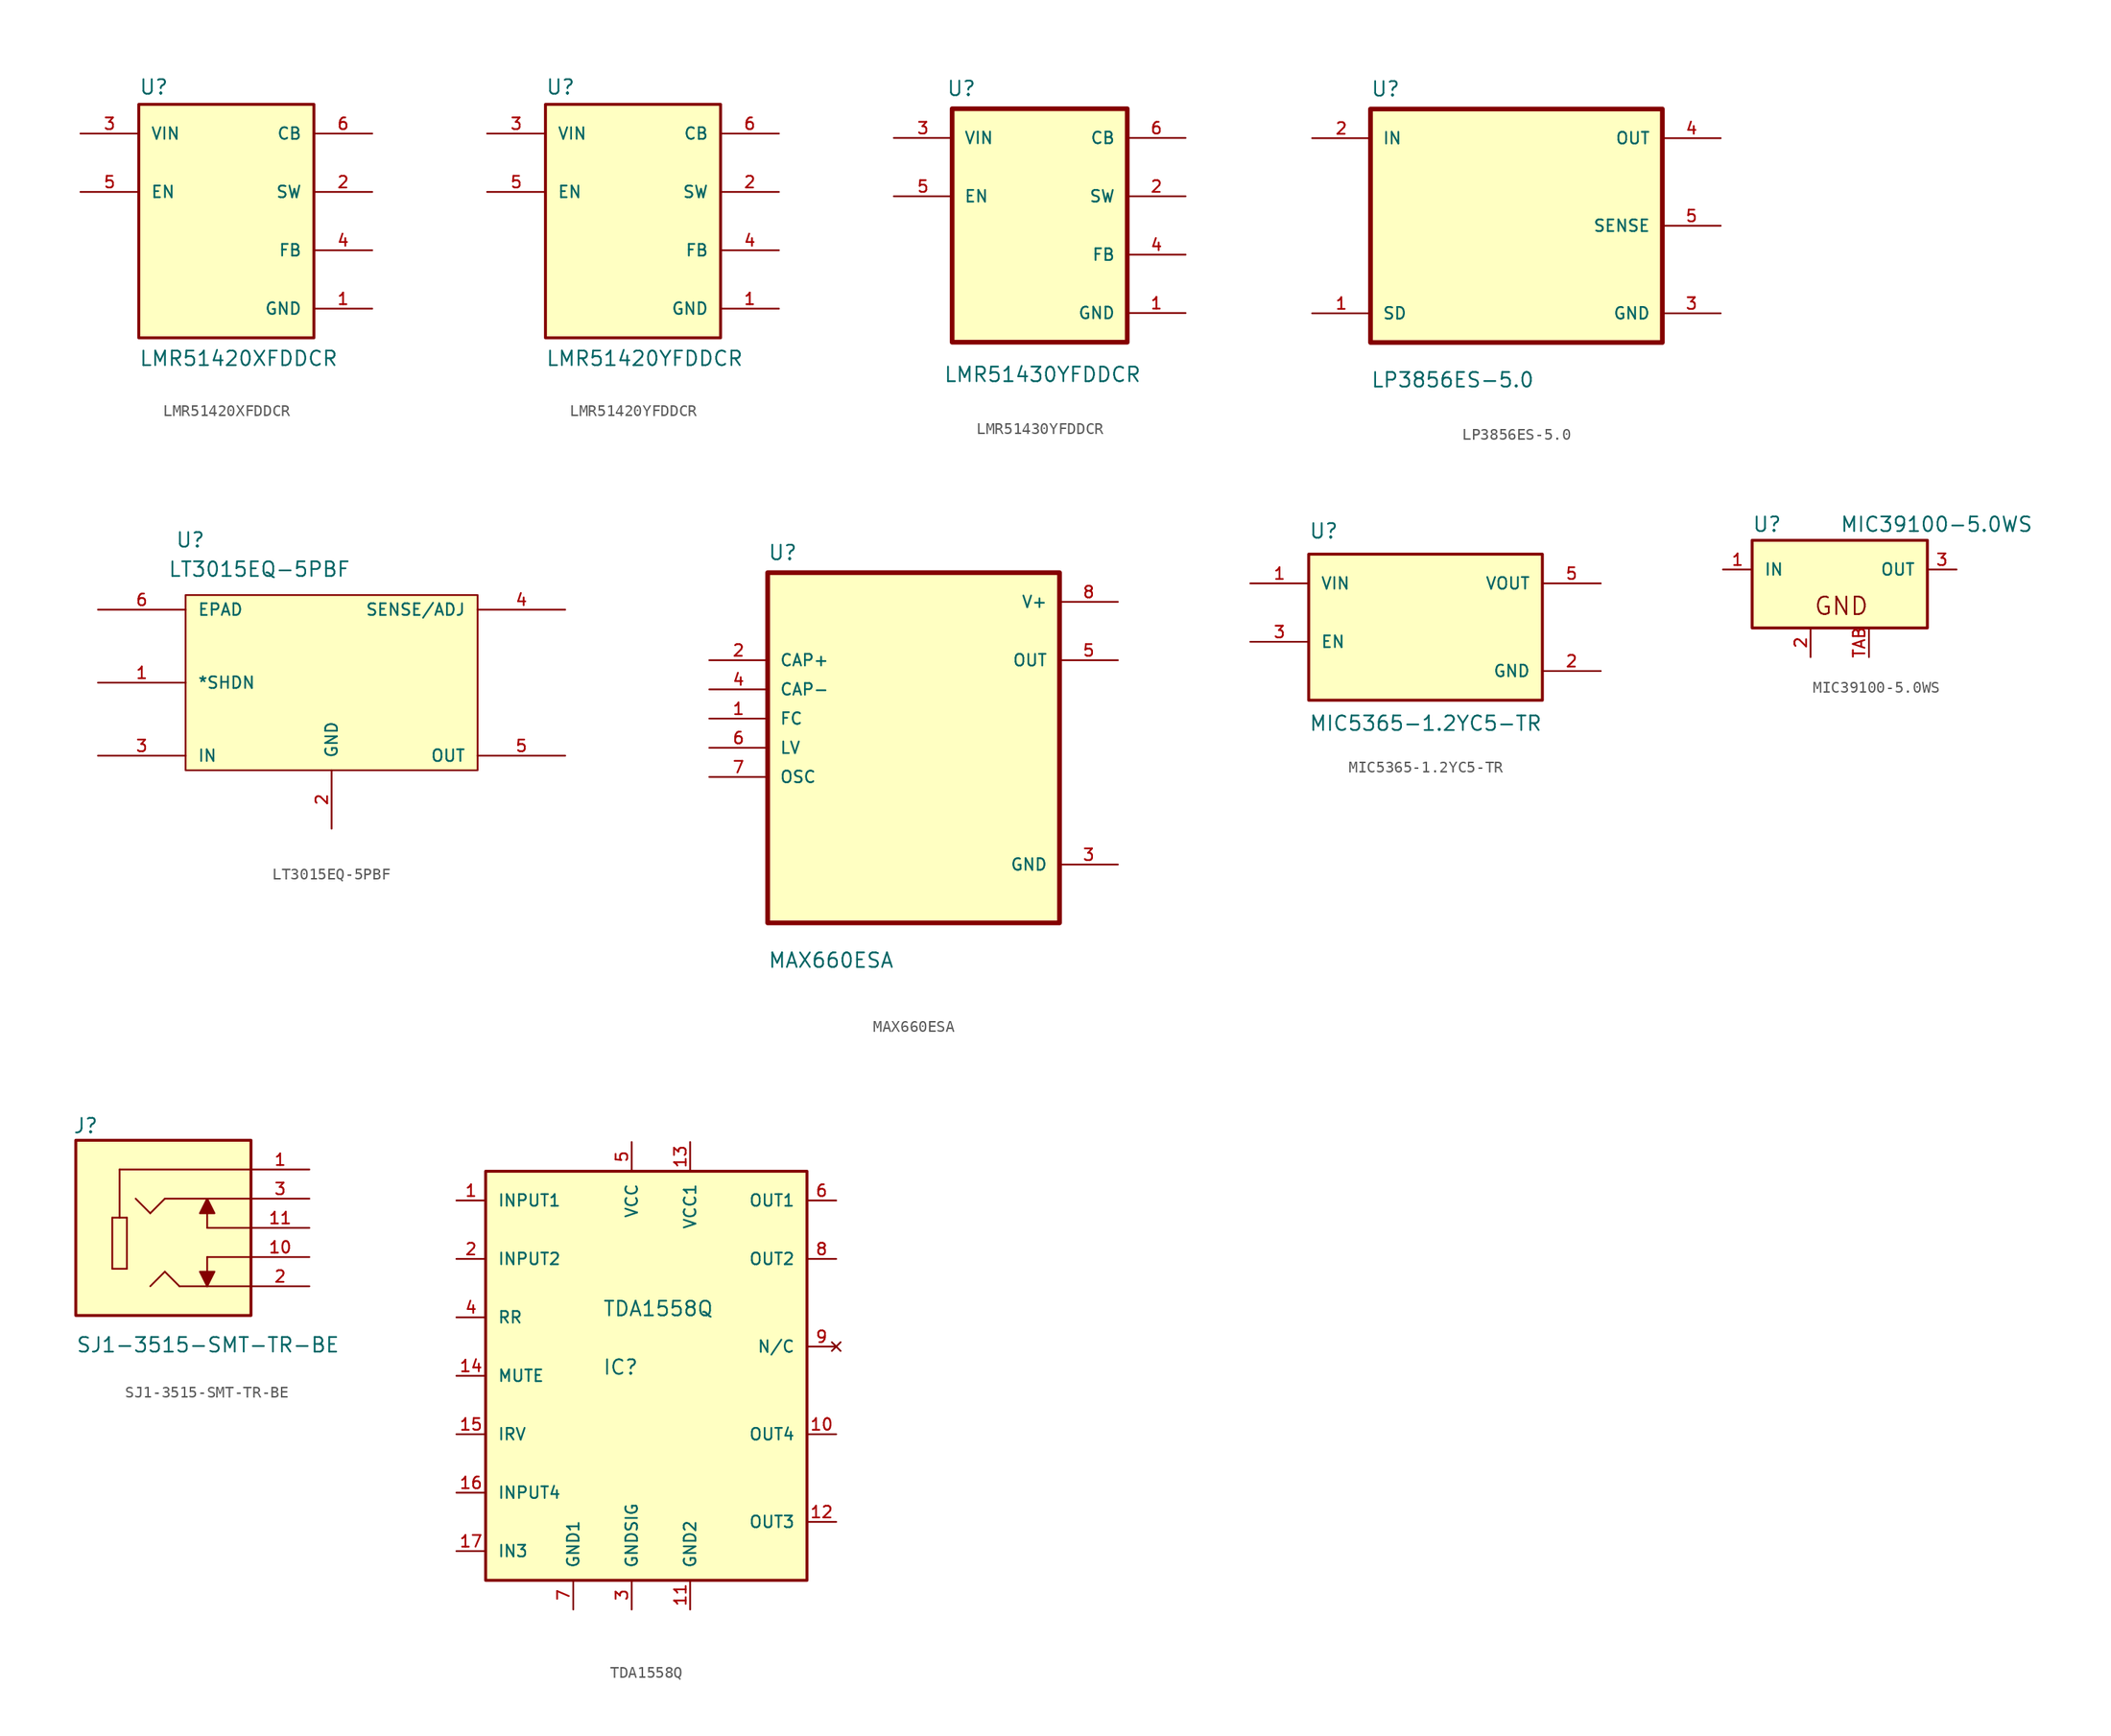
<source format=kicad_sym>
(kicad_symbol_lib
  (version 20231120)
  (generator "kicad_symbol_editor")
  (generator_version "8.0")
  (symbol "LMR51420XFDDCR"
    (pin_names
      (offset 1.016))
    (property "Reference" "U"
      (at -7.62 10.922 0)
      (effects (font (size 1.27 1.27)) (justify left bottom)))
    (property "Value" "LMR51420XFDDCR"
      (at -7.62 -12.7 0)
      (effects (font (size 1.27 1.27)) (justify left bottom)))
    (symbol "LMR51420XFDDCR_0_0"
      (rectangle (start -7.62 -10.16) (end 7.62 10.16) (stroke (width 0.254) (type default)) (fill (type background)))
      (pin power_in line (at 12.7 -7.62 180) (length 5.08) (name "GND" (effects (font (size 1.016 1.016)))) (number "1" (effects (font (size 1.016 1.016)))))
      (pin output line (at 12.7 2.54 180) (length 5.08) (name "SW" (effects (font (size 1.016 1.016)))) (number "2" (effects (font (size 1.016 1.016)))))
      (pin input line (at -12.7 7.62 0) (length 5.08) (name "VIN" (effects (font (size 1.016 1.016)))) (number "3" (effects (font (size 1.016 1.016)))))
      (pin input line (at 12.7 -2.54 180) (length 5.08) (name "FB" (effects (font (size 1.016 1.016)))) (number "4" (effects (font (size 1.016 1.016)))))
      (pin input line (at -12.7 2.54 0) (length 5.08) (name "EN" (effects (font (size 1.016 1.016)))) (number "5" (effects (font (size 1.016 1.016)))))
      (pin passive line (at 12.7 7.62 180) (length 5.08) (name "CB" (effects (font (size 1.016 1.016)))) (number "6" (effects (font (size 1.016 1.016)))))))
  (symbol "LMR51420YFDDCR"
    (pin_names
      (offset 1.016))
    (property "Reference" "U"
      (at -7.62 10.922 0)
      (effects (font (size 1.27 1.27)) (justify left bottom)))
    (property "Value" "LMR51420YFDDCR"
      (at -7.62 -12.7 0)
      (effects (font (size 1.27 1.27)) (justify left bottom)))
    (symbol "LMR51420YFDDCR_0_0"
      (rectangle (start -7.62 -10.16) (end 7.62 10.16) (stroke (width 0.254) (type default)) (fill (type background)))
      (pin power_in line (at 12.7 -7.62 180) (length 5.08) (name "GND" (effects (font (size 1.016 1.016)))) (number "1" (effects (font (size 1.016 1.016)))))
      (pin output line (at 12.7 2.54 180) (length 5.08) (name "SW" (effects (font (size 1.016 1.016)))) (number "2" (effects (font (size 1.016 1.016)))))
      (pin input line (at -12.7 7.62 0) (length 5.08) (name "VIN" (effects (font (size 1.016 1.016)))) (number "3" (effects (font (size 1.016 1.016)))))
      (pin input line (at 12.7 -2.54 180) (length 5.08) (name "FB" (effects (font (size 1.016 1.016)))) (number "4" (effects (font (size 1.016 1.016)))))
      (pin input line (at -12.7 2.54 0) (length 5.08) (name "EN" (effects (font (size 1.016 1.016)))) (number "5" (effects (font (size 1.016 1.016)))))
      (pin passive line (at 12.7 7.62 180) (length 5.08) (name "CB" (effects (font (size 1.016 1.016)))) (number "6" (effects (font (size 1.016 1.016)))))))
  (symbol "LMR51430YFDDCR"
    (pin_names
      (offset 1.016))
    (property "Reference" "U"
      (at -8.128 13.716 0)
      (effects (font (size 1.27 1.27)) (justify left bottom)))
    (property "Value" "LMR51430YFDDCR"
      (at -8.382 -11.176 0)
      (effects (font (size 1.27 1.27)) (justify left bottom)))
    (symbol "LMR51430YFDDCR_0_0"
      (rectangle (start -7.62 12.7) (end 7.62 -7.62) (stroke (width 0.41) (type default)) (fill (type background)))
      (pin power_in line (at 12.7 -5.08 180) (length 5.08) (name "GND" (effects (font (size 1.016 1.016)))) (number "1" (effects (font (size 1.016 1.016)))))
      (pin power_in line (at -12.7 10.16 0) (length 5.08) (name "VIN" (effects (font (size 1.016 1.016)))) (number "3" (effects (font (size 1.016 1.016))))))
    (symbol "LMR51430YFDDCR_1_0"
      (pin power_out line (at 12.7 5.08 180) (length 5.08) (name "SW" (effects (font (size 1.016 1.016)))) (number "2" (effects (font (size 1.016 1.016)))))
      (pin input line (at 12.7 0 180) (length 5.08) (name "FB" (effects (font (size 1.016 1.016)))) (number "4" (effects (font (size 1.016 1.016)))))
      (pin input line (at -12.7 5.08 0) (length 5.08) (name "EN" (effects (font (size 1.016 1.016)))) (number "5" (effects (font (size 1.016 1.016)))))
      (pin passive line (at 12.7 10.16 180) (length 5.08) (name "CB" (effects (font (size 1.016 1.016)))) (number "6" (effects (font (size 1.016 1.016)))))))
  (symbol "LP3856ES-5.0"
    (pin_names
      (offset 1.016))
    (property "Reference" "U"
      (at -12.7 11.16 0)
      (effects (font (size 1.27 1.27)) (justify left bottom)))
    (property "Value" "LP3856ES-5.0"
      (at -12.7 -14.16 0)
      (effects (font (size 1.27 1.27)) (justify left bottom)))
    (symbol "LP3856ES-5.0_0_0"
      (rectangle (start -12.7 -10.16) (end 12.7 10.16) (stroke (width 0.41) (type default)) (fill (type background)))
      (pin bidirectional line (at -17.78 -7.62 0) (length 5.08) (name "SD" (effects (font (size 1.016 1.016)))) (number "1" (effects (font (size 1.016 1.016)))))
      (pin input line (at -17.78 7.62 0) (length 5.08) (name "IN" (effects (font (size 1.016 1.016)))) (number "2" (effects (font (size 1.016 1.016)))))
      (pin power_in line (at 17.78 -7.62 180) (length 5.08) (name "GND" (effects (font (size 1.016 1.016)))) (number "3" (effects (font (size 1.016 1.016)))))
      (pin output line (at 17.78 7.62 180) (length 5.08) (name "OUT" (effects (font (size 1.016 1.016)))) (number "4" (effects (font (size 1.016 1.016)))))
      (pin bidirectional line (at 17.78 0 180) (length 5.08) (name "SENSE" (effects (font (size 1.016 1.016)))) (number "5" (effects (font (size 1.016 1.016)))))))
  (symbol "LT3015EQ-5PBF"
    (pin_names
      (offset 1.016))
    (property "Reference" "U"
      (at -13.596 11.664 0)
      (effects (font (size 1.27 1.27)) (justify left bottom)))
    (property "Value" "LT3015EQ-5PBF"
      (at -14.247 9.119 0)
      (effects (font (size 1.27 1.27)) (justify left bottom)))
    (symbol "LT3015EQ-5PBF_0_0"
      (rectangle (start -12.7 7.62) (end 12.7 -7.62) (stroke (width 0.152) (type default)) (fill (type background)))
      (pin bidirectional line (at -20.32 0 0) (length 7.62) (name "*SHDN" (effects (font (size 1.016 1.016)))) (number "1" (effects (font (size 1.016 1.016)))))
      (pin input line (at -20.32 -6.35 0) (length 7.62) (name "IN" (effects (font (size 1.016 1.016)))) (number "3" (effects (font (size 1.016 1.016)))))
      (pin input line (at 20.32 6.35 180) (length 7.62) (name "SENSE/ADJ" (effects (font (size 1.016 1.016)))) (number "4" (effects (font (size 1.016 1.016)))))
      (pin output line (at 20.32 -6.35 180) (length 7.62) (name "OUT" (effects (font (size 1.016 1.016)))) (number "5" (effects (font (size 1.016 1.016)))))
      (pin passive line (at -20.32 6.35 0) (length 7.62) (name "EPAD" (effects (font (size 1.016 1.016)))) (number "6" (effects (font (size 1.016 1.016))))))
    (symbol "LT3015EQ-5PBF_1_0"
      (pin power_in line (at 0 -12.7 90) (length 5.08) (name "GND" (effects (font (size 1.016 1.016)))) (number "2" (effects (font (size 1.016 1.016)))))))
  (symbol "MAX660ESA"
    (pin_names
      (offset 1.016))
    (property "Reference" "U"
      (at -12.7 16.24 0)
      (effects (font (size 1.27 1.27)) (justify left bottom)))
    (property "Value" "MAX660ESA"
      (at -12.7 -19.24 0)
      (effects (font (size 1.27 1.27)) (justify left bottom)))
    (symbol "MAX660ESA_0_0"
      (rectangle (start -12.7 -15.24) (end 12.7 15.24) (stroke (width 0.41) (type default)) (fill (type background)))
      (pin input line (at -17.78 2.54 0) (length 5.08) (name "FC" (effects (font (size 1.016 1.016)))) (number "1" (effects (font (size 1.016 1.016)))))
      (pin input line (at -17.78 7.62 0) (length 5.08) (name "CAP+" (effects (font (size 1.016 1.016)))) (number "2" (effects (font (size 1.016 1.016)))))
      (pin power_in line (at 17.78 -10.16 180) (length 5.08) (name "GND" (effects (font (size 1.016 1.016)))) (number "3" (effects (font (size 1.016 1.016)))))
      (pin input line (at -17.78 5.08 0) (length 5.08) (name "CAP-" (effects (font (size 1.016 1.016)))) (number "4" (effects (font (size 1.016 1.016)))))
      (pin output line (at 17.78 7.62 180) (length 5.08) (name "OUT" (effects (font (size 1.016 1.016)))) (number "5" (effects (font (size 1.016 1.016)))))
      (pin input line (at -17.78 0 0) (length 5.08) (name "LV" (effects (font (size 1.016 1.016)))) (number "6" (effects (font (size 1.016 1.016)))))
      (pin input line (at -17.78 -2.54 0) (length 5.08) (name "OSC" (effects (font (size 1.016 1.016)))) (number "7" (effects (font (size 1.016 1.016)))))
      (pin power_in line (at 17.78 12.7 180) (length 5.08) (name "V+" (effects (font (size 1.016 1.016)))) (number "8" (effects (font (size 1.016 1.016)))))))
  (symbol "MIC5365-1.2YC5-TR"
    (pin_names
      (offset 1.016))
    (property "Reference" "U"
      (at -10.16 6.35 0)
      (effects (font (size 1.27 1.27)) (justify left bottom)))
    (property "Value" "MIC5365-1.2YC5-TR"
      (at -10.16 -8.89 0)
      (effects (font (size 1.27 1.27)) (justify left top)))
    (symbol "MIC5365-1.2YC5-TR_0_0"
      (rectangle (start -10.16 -7.62) (end 10.16 5.08) (stroke (width 0.254) (type default)) (fill (type background)))
      (pin input line (at -15.24 2.54 0) (length 5.08) (name "VIN" (effects (font (size 1.016 1.016)))) (number "1" (effects (font (size 1.016 1.016)))))
      (pin power_in line (at 15.24 -5.08 180) (length 5.08) (name "GND" (effects (font (size 1.016 1.016)))) (number "2" (effects (font (size 1.016 1.016)))))
      (pin input line (at -15.24 -2.54 0) (length 5.08) (name "EN" (effects (font (size 1.016 1.016)))) (number "3" (effects (font (size 1.016 1.016)))))
      (pin output line (at 15.24 2.54 180) (length 5.08) (name "VOUT" (effects (font (size 1.016 1.016)))) (number "5" (effects (font (size 1.016 1.016)))))))
  (symbol "MIC39100-5.0WS"
    (pin_names
      (offset 1.016))
    (property "Reference" "U"
      (at -7.631 3.18 0)
      (effects (font (size 1.27 1.27)) (justify left bottom)))
    (property "Value" "MIC39100-5.0WS"
      (at 0 3.179 0)
      (effects (font (size 1.27 1.27)) (justify left bottom)))
    (symbol "MIC39100-5.0WS_0_0"
      (rectangle (start -7.62 -5.08) (end 7.62 2.54) (stroke (width 0.254) (type default)) (fill (type background)))
      (text "GND" (at -2.292 -4.074 0) (effects (font (size 1.528 1.528)) (justify left bottom)))
      (pin power_in line (at -10.16 0 0) (length 2.54) (name "IN" (effects (font (size 1.016 1.016)))) (number "1" (effects (font (size 1.016 1.016)))))
      (pin power_in line (at -2.54 -7.62 90) (length 2.54) (name "~" (effects (font (size 1.016 1.016)))) (number "2" (effects (font (size 1.016 1.016)))))
      (pin power_in line (at 10.16 0 180) (length 2.54) (name "OUT" (effects (font (size 1.016 1.016)))) (number "3" (effects (font (size 1.016 1.016)))))
      (pin power_in line (at 2.54 -7.62 90) (length 2.54) (name "~" (effects (font (size 1.016 1.016)))) (number "TAB" (effects (font (size 1.016 1.016)))))))
  (symbol "SJ1-3515-SMT-TR-BE"
    (pin_names
      (offset 1.016))
    (property "Reference" "J"
      (at -7.883 8.135 0)
      (effects (font (size 1.27 1.27)) (justify left bottom)))
    (property "Value" "SJ1-3515-SMT-TR-BE"
      (at -7.625 -10.927 0)
      (effects (font (size 1.27 1.27)) (justify left bottom)))
    (symbol "SJ1-3515-SMT-TR-BE_0_0"
      (rectangle (start -7.62 -7.62) (end 7.62 7.62) (stroke (width 0.254) (type default)) (fill (type background)))
      (polyline (pts (xy -4.445 -3.556) (xy -4.445 0.889)) (stroke (width 0.152) (type default)) (fill (type none)))
      (polyline (pts (xy -4.445 0.889) (xy -3.81 0.889)) (stroke (width 0.152) (type default)) (fill (type none)))
      (polyline (pts (xy -3.81 0.889) (xy -3.175 0.889)) (stroke (width 0.152) (type default)) (fill (type none)))
      (polyline (pts (xy -3.81 5.08) (xy -3.81 0.889)) (stroke (width 0.152) (type default)) (fill (type none)))
      (polyline (pts (xy -3.175 -3.556) (xy -4.445 -3.556)) (stroke (width 0.152) (type default)) (fill (type none)))
      (polyline (pts (xy -3.175 0.889) (xy -3.175 -3.556)) (stroke (width 0.152) (type default)) (fill (type none)))
      (polyline (pts (xy -1.143 1.27) (xy -2.413 2.54)) (stroke (width 0.152) (type default)) (fill (type none)))
      (polyline (pts (xy 0.127 -3.81) (xy -1.143 -5.08)) (stroke (width 0.152) (type default)) (fill (type none)))
      (polyline (pts (xy 0.127 2.54) (xy -1.143 1.27)) (stroke (width 0.152) (type default)) (fill (type none)))
      (polyline (pts (xy 1.397 -5.08) (xy 0.127 -3.81)) (stroke (width 0.152) (type default)) (fill (type none)))
      (polyline (pts (xy 3.81 -2.54) (xy 3.81 -5.08)) (stroke (width 0.152) (type default)) (fill (type none)))
      (polyline (pts (xy 3.81 2.54) (xy 3.81 0)) (stroke (width 0.152) (type default)) (fill (type none)))
      (polyline (pts (xy 7.62 -5.08) (xy 1.397 -5.08)) (stroke (width 0.152) (type default)) (fill (type none)))
      (polyline (pts (xy 7.62 -2.54) (xy 3.81 -2.54)) (stroke (width 0.152) (type default)) (fill (type none)))
      (polyline (pts (xy 7.62 0) (xy 3.81 0)) (stroke (width 0.152) (type default)) (fill (type none)))
      (polyline (pts (xy 7.62 2.54) (xy 0.127 2.54)) (stroke (width 0.152) (type default)) (fill (type none)))
      (polyline (pts (xy 7.62 5.08) (xy -3.81 5.08)) (stroke (width 0.152) (type default)) (fill (type none)))
      (polyline (pts (xy 3.81 -5.08) (xy 3.175 -3.81) (xy 4.445 -3.81) (xy 3.81 -5.08)) (stroke (width 0.152) (type default)) (fill (type outline)))
      (polyline (pts (xy 3.81 2.54) (xy 4.445 1.27) (xy 3.175 1.27) (xy 3.81 2.54)) (stroke (width 0.152) (type default)) (fill (type outline)))
      (pin passive line (at 12.7 5.08 180) (length 5.08) (name "~" (effects (font (size 1.016 1.016)))) (number "1" (effects (font (size 1.016 1.016)))))
      (pin passive line (at 12.7 -2.54 180) (length 5.08) (name "~" (effects (font (size 1.016 1.016)))) (number "10" (effects (font (size 1.016 1.016)))))
      (pin passive line (at 12.7 0 180) (length 5.08) (name "~" (effects (font (size 1.016 1.016)))) (number "11" (effects (font (size 1.016 1.016)))))
      (pin passive line (at 12.7 -5.08 180) (length 5.08) (name "~" (effects (font (size 1.016 1.016)))) (number "2" (effects (font (size 1.016 1.016)))))
      (pin passive line (at 12.7 2.54 180) (length 5.08) (name "~" (effects (font (size 1.016 1.016)))) (number "3" (effects (font (size 1.016 1.016)))))))
  (symbol "TDA1558Q"
    (pin_names
      (offset 1.016))
    (property "Reference" "IC"
      (at -2.542 2.542 0)
      (effects (font (size 1.27 1.27)) (justify left bottom)))
    (property "Value" "TDA1558Q"
      (at -2.544 7.632 0)
      (effects (font (size 1.27 1.27)) (justify left bottom)))
    (symbol "TDA1558Q_0_0"
      (rectangle (start -12.7 -15.24) (end 15.24 20.32) (stroke (width 0.254) (type default)) (fill (type background)))
      (pin input line (at -15.24 17.78 0) (length 2.54) (name "INPUT1" (effects (font (size 1.016 1.016)))) (number "1" (effects (font (size 1.016 1.016)))))
      (pin output line (at 17.78 -2.54 180) (length 2.54) (name "OUT4" (effects (font (size 1.016 1.016)))) (number "10" (effects (font (size 1.016 1.016)))))
      (pin power_in line (at 5.08 -17.78 90) (length 2.54) (name "GND2" (effects (font (size 1.016 1.016)))) (number "11" (effects (font (size 1.016 1.016)))))
      (pin output line (at 17.78 -10.16 180) (length 2.54) (name "OUT3" (effects (font (size 1.016 1.016)))) (number "12" (effects (font (size 1.016 1.016)))))
      (pin power_in line (at 5.08 22.86 270) (length 2.54) (name "VCC1" (effects (font (size 1.016 1.016)))) (number "13" (effects (font (size 1.016 1.016)))))
      (pin input line (at -15.24 2.54 0) (length 2.54) (name "MUTE" (effects (font (size 1.016 1.016)))) (number "14" (effects (font (size 1.016 1.016)))))
      (pin bidirectional line (at -15.24 -2.54 0) (length 2.54) (name "IRV" (effects (font (size 1.016 1.016)))) (number "15" (effects (font (size 1.016 1.016)))))
      (pin input line (at -15.24 -7.62 0) (length 2.54) (name "INPUT4" (effects (font (size 1.016 1.016)))) (number "16" (effects (font (size 1.016 1.016)))))
      (pin input line (at -15.24 -12.7 0) (length 2.54) (name "IN3" (effects (font (size 1.016 1.016)))) (number "17" (effects (font (size 1.016 1.016)))))
      (pin input line (at -15.24 12.7 0) (length 2.54) (name "INPUT2" (effects (font (size 1.016 1.016)))) (number "2" (effects (font (size 1.016 1.016)))))
      (pin power_in line (at 0 -17.78 90) (length 2.54) (name "GNDSIG" (effects (font (size 1.016 1.016)))) (number "3" (effects (font (size 1.016 1.016)))))
      (pin passive line (at -15.24 7.62 0) (length 2.54) (name "RR" (effects (font (size 1.016 1.016)))) (number "4" (effects (font (size 1.016 1.016)))))
      (pin power_in line (at 0 22.86 270) (length 2.54) (name "VCC" (effects (font (size 1.016 1.016)))) (number "5" (effects (font (size 1.016 1.016)))))
      (pin output line (at 17.78 17.78 180) (length 2.54) (name "OUT1" (effects (font (size 1.016 1.016)))) (number "6" (effects (font (size 1.016 1.016)))))
      (pin power_in line (at -5.08 -17.78 90) (length 2.54) (name "GND1" (effects (font (size 1.016 1.016)))) (number "7" (effects (font (size 1.016 1.016)))))
      (pin output line (at 17.78 12.7 180) (length 2.54) (name "OUT2" (effects (font (size 1.016 1.016)))) (number "8" (effects (font (size 1.016 1.016)))))
      (pin no_connect line (at 17.78 5.08 180) (length 2.54) (name "N/C" (effects (font (size 1.016 1.016)))) (number "9" (effects (font (size 1.016 1.016))))))))
</source>
